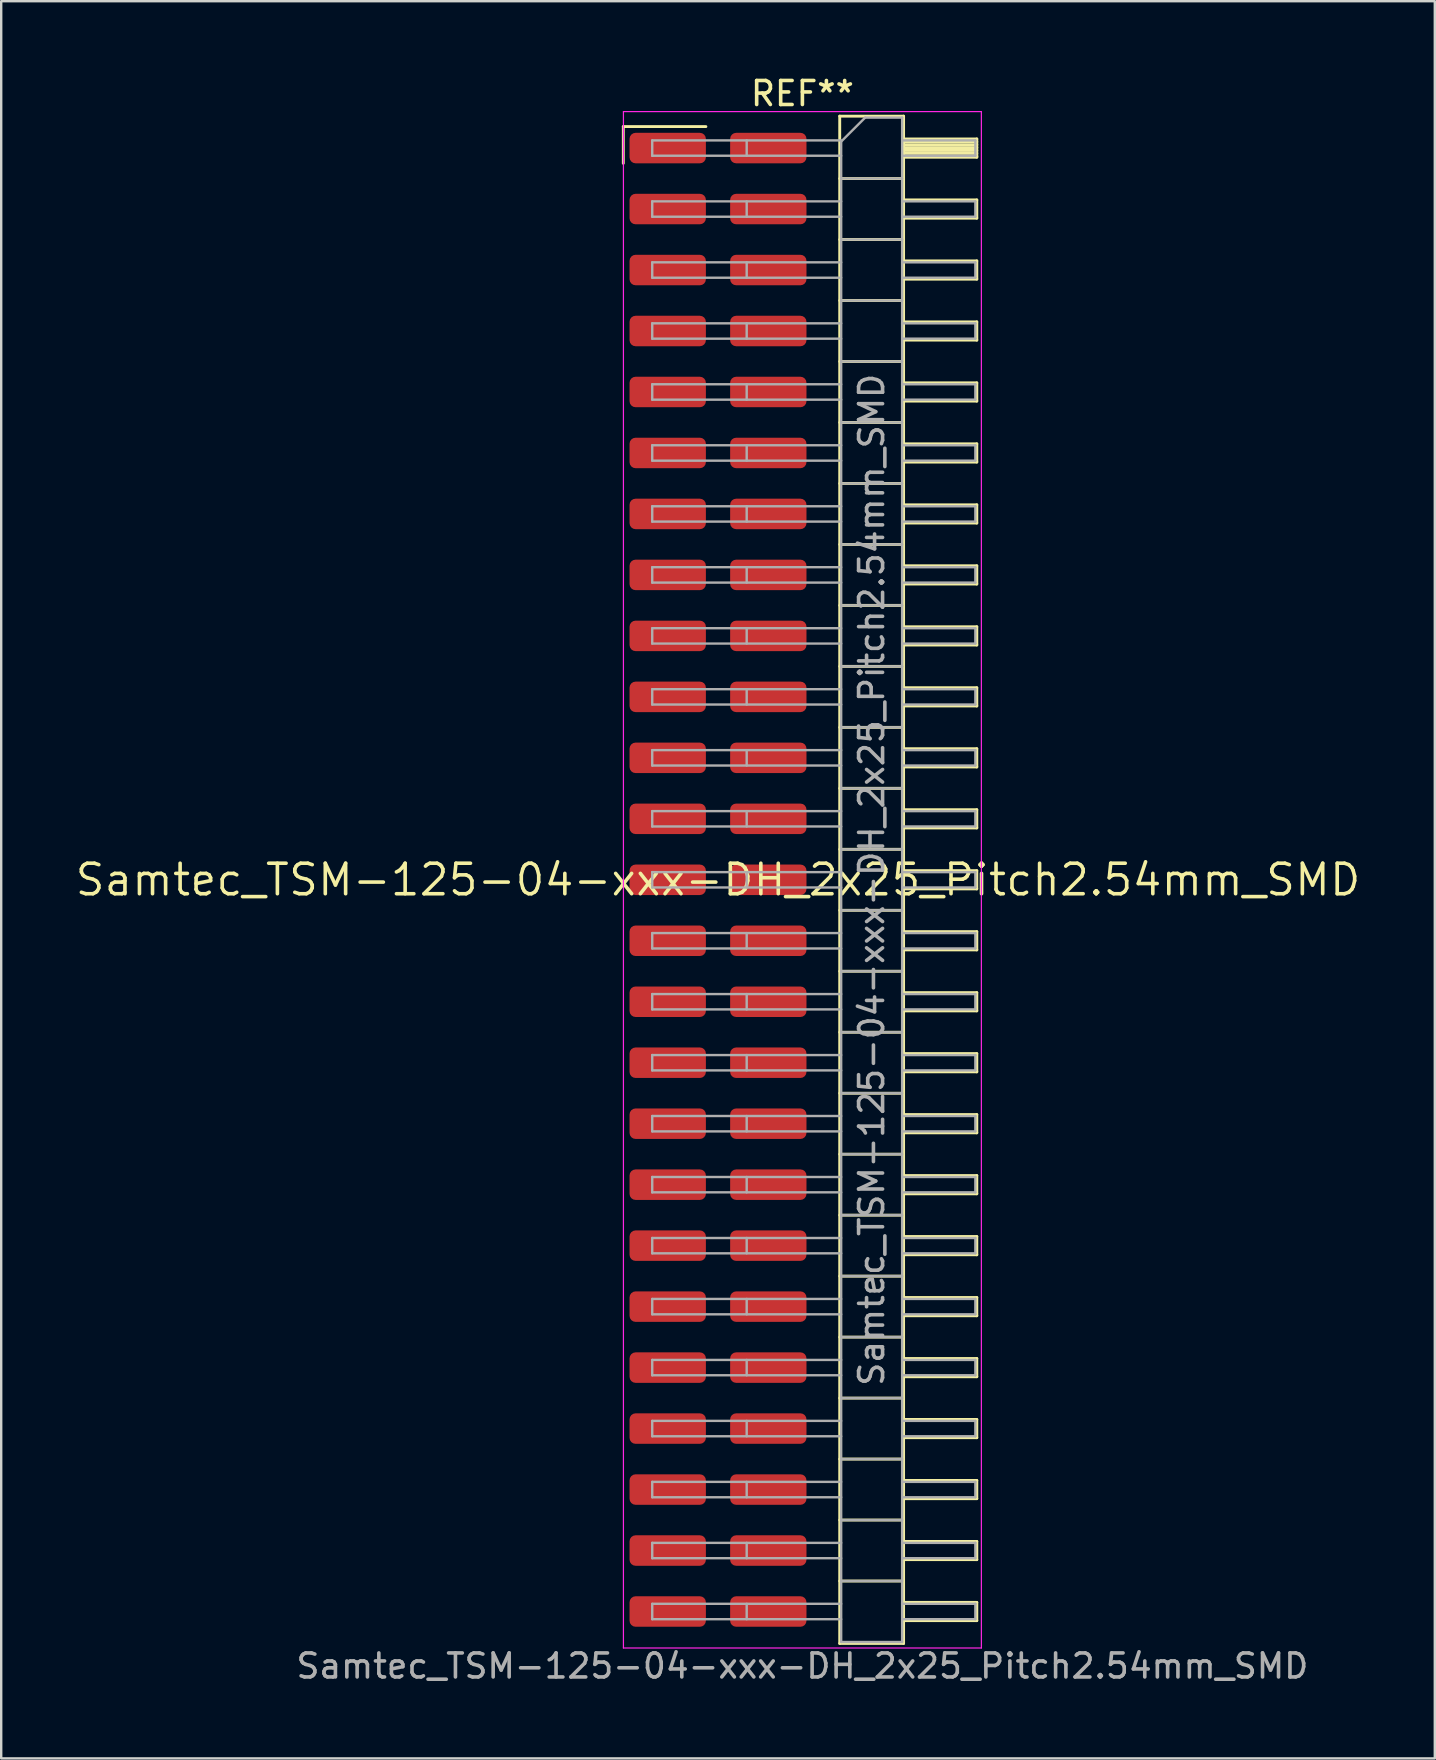
<source format=kicad_pcb>
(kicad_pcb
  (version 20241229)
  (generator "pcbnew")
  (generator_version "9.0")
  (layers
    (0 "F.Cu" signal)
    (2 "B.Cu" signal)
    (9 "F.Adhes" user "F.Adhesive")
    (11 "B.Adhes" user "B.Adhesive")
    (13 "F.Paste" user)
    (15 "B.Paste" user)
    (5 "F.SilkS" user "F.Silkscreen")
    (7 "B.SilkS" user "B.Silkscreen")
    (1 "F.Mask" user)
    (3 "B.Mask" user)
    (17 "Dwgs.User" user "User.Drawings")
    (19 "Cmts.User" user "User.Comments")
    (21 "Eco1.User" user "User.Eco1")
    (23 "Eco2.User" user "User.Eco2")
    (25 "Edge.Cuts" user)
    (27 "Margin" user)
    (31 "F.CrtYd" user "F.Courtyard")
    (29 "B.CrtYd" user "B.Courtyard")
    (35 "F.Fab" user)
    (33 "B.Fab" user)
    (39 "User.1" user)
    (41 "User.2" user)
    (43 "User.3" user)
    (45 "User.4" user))
  (footprint "Samtec_TSM-125-04-xxx-DH_2x25_Pitch2.54mm_SMD"
    (layer "F.Cu")
    (at 26.859 33.598)
    (property "Reference" "Samtec_TSM-125-04-xxx-DH_2x25_Pitch2.54mm_SMD" (at 0 0 0) (layer "F.SilkS") (effects (font (size 1.27 1.27) (thickness 0.15))))
    (attr smd)
    (fp_line (start -3.945 -31.375) (end -0.505 -31.375) (stroke (width 0.12) (type solid)) (layer "F.SilkS"))
    (fp_line (start -3.945 -29.845) (end -3.945 -31.375) (stroke (width 0.12) (type solid)) (layer "F.SilkS"))
    (fp_line (start 5.07 -31.81) (end 7.73 -31.81) (stroke (width 0.12) (type solid)) (layer "F.SilkS"))
    (fp_line (start 5.07 -29.21) (end 7.73 -29.21) (stroke (width 0.12) (type solid)) (layer "F.SilkS"))
    (fp_line (start 5.07 -26.67) (end 7.73 -26.67) (stroke (width 0.12) (type solid)) (layer "F.SilkS"))
    (fp_line (start 5.07 -24.13) (end 7.73 -24.13) (stroke (width 0.12) (type solid)) (layer "F.SilkS"))
    (fp_line (start 5.07 -21.59) (end 7.73 -21.59) (stroke (width 0.12) (type solid)) (layer "F.SilkS"))
    (fp_line (start 5.07 -19.05) (end 7.73 -19.05) (stroke (width 0.12) (type solid)) (layer "F.SilkS"))
    (fp_line (start 5.07 -16.51) (end 7.73 -16.51) (stroke (width 0.12) (type solid)) (layer "F.SilkS"))
    (fp_line (start 5.07 -13.97) (end 7.73 -13.97) (stroke (width 0.12) (type solid)) (layer "F.SilkS"))
    (fp_line (start 5.07 -11.43) (end 7.73 -11.43) (stroke (width 0.12) (type solid)) (layer "F.SilkS"))
    (fp_line (start 5.07 -8.89) (end 7.73 -8.89) (stroke (width 0.12) (type solid)) (layer "F.SilkS"))
    (fp_line (start 5.07 -6.35) (end 7.73 -6.35) (stroke (width 0.12) (type solid)) (layer "F.SilkS"))
    (fp_line (start 5.07 -3.81) (end 7.73 -3.81) (stroke (width 0.12) (type solid)) (layer "F.SilkS"))
    (fp_line (start 5.07 -1.27) (end 7.73 -1.27) (stroke (width 0.12) (type solid)) (layer "F.SilkS"))
    (fp_line (start 5.07 1.27) (end 7.73 1.27) (stroke (width 0.12) (type solid)) (layer "F.SilkS"))
    (fp_line (start 5.07 3.81) (end 7.73 3.81) (stroke (width 0.12) (type solid)) (layer "F.SilkS"))
    (fp_line (start 5.07 6.35) (end 7.73 6.35) (stroke (width 0.12) (type solid)) (layer "F.SilkS"))
    (fp_line (start 5.07 8.89) (end 7.73 8.89) (stroke (width 0.12) (type solid)) (layer "F.SilkS"))
    (fp_line (start 5.07 11.43) (end 7.73 11.43) (stroke (width 0.12) (type solid)) (layer "F.SilkS"))
    (fp_line (start 5.07 13.97) (end 7.73 13.97) (stroke (width 0.12) (type solid)) (layer "F.SilkS"))
    (fp_line (start 5.07 16.51) (end 7.73 16.51) (stroke (width 0.12) (type solid)) (layer "F.SilkS"))
    (fp_line (start 5.07 19.05) (end 7.73 19.05) (stroke (width 0.12) (type solid)) (layer "F.SilkS"))
    (fp_line (start 5.07 21.59) (end 7.73 21.59) (stroke (width 0.12) (type solid)) (layer "F.SilkS"))
    (fp_line (start 5.07 24.13) (end 7.73 24.13) (stroke (width 0.12) (type solid)) (layer "F.SilkS"))
    (fp_line (start 5.07 26.67) (end 7.73 26.67) (stroke (width 0.12) (type solid)) (layer "F.SilkS"))
    (fp_line (start 5.07 29.21) (end 7.73 29.21) (stroke (width 0.12) (type solid)) (layer "F.SilkS"))
    (fp_line (start 5.07 31.81) (end 5.07 -31.81) (stroke (width 0.12) (type solid)) (layer "F.SilkS"))
    (fp_line (start 7.73 -31.81) (end 7.73 31.81) (stroke (width 0.12) (type solid)) (layer "F.SilkS"))
    (fp_line (start 7.73 -30.86) (end 10.78 -30.86) (stroke (width 0.12) (type solid)) (layer "F.SilkS"))
    (fp_line (start 7.73 -30.74) (end 10.78 -30.74) (stroke (width 0.12) (type solid)) (layer "F.SilkS"))
    (fp_line (start 7.73 -30.62) (end 10.78 -30.62) (stroke (width 0.12) (type solid)) (layer "F.SilkS"))
    (fp_line (start 7.73 -30.5) (end 10.78 -30.5) (stroke (width 0.12) (type solid)) (layer "F.SilkS"))
    (fp_line (start 7.73 -30.38) (end 10.78 -30.38) (stroke (width 0.12) (type solid)) (layer "F.SilkS"))
    (fp_line (start 7.73 -30.26) (end 10.78 -30.26) (stroke (width 0.12) (type solid)) (layer "F.SilkS"))
    (fp_line (start 7.73 -30.14) (end 10.78 -30.14) (stroke (width 0.12) (type solid)) (layer "F.SilkS"))
    (fp_line (start 7.73 -30.1) (end 10.78 -30.1) (stroke (width 0.12) (type solid)) (layer "F.SilkS"))
    (fp_line (start 7.73 -28.32) (end 10.78 -28.32) (stroke (width 0.12) (type solid)) (layer "F.SilkS"))
    (fp_line (start 7.73 -27.56) (end 10.78 -27.56) (stroke (width 0.12) (type solid)) (layer "F.SilkS"))
    (fp_line (start 7.73 -25.78) (end 10.78 -25.78) (stroke (width 0.12) (type solid)) (layer "F.SilkS"))
    (fp_line (start 7.73 -25.02) (end 10.78 -25.02) (stroke (width 0.12) (type solid)) (layer "F.SilkS"))
    (fp_line (start 7.73 -23.24) (end 10.78 -23.24) (stroke (width 0.12) (type solid)) (layer "F.SilkS"))
    (fp_line (start 7.73 -22.48) (end 10.78 -22.48) (stroke (width 0.12) (type solid)) (layer "F.SilkS"))
    (fp_line (start 7.73 -20.7) (end 10.78 -20.7) (stroke (width 0.12) (type solid)) (layer "F.SilkS"))
    (fp_line (start 7.73 -19.94) (end 10.78 -19.94) (stroke (width 0.12) (type solid)) (layer "F.SilkS"))
    (fp_line (start 7.73 -18.16) (end 10.78 -18.16) (stroke (width 0.12) (type solid)) (layer "F.SilkS"))
    (fp_line (start 7.73 -17.4) (end 10.78 -17.4) (stroke (width 0.12) (type solid)) (layer "F.SilkS"))
    (fp_line (start 7.73 -15.62) (end 10.78 -15.62) (stroke (width 0.12) (type solid)) (layer "F.SilkS"))
    (fp_line (start 7.73 -14.86) (end 10.78 -14.86) (stroke (width 0.12) (type solid)) (layer "F.SilkS"))
    (fp_line (start 7.73 -13.08) (end 10.78 -13.08) (stroke (width 0.12) (type solid)) (layer "F.SilkS"))
    (fp_line (start 7.73 -12.32) (end 10.78 -12.32) (stroke (width 0.12) (type solid)) (layer "F.SilkS"))
    (fp_line (start 7.73 -10.54) (end 10.78 -10.54) (stroke (width 0.12) (type solid)) (layer "F.SilkS"))
    (fp_line (start 7.73 -9.78) (end 10.78 -9.78) (stroke (width 0.12) (type solid)) (layer "F.SilkS"))
    (fp_line (start 7.73 -8) (end 10.78 -8) (stroke (width 0.12) (type solid)) (layer "F.SilkS"))
    (fp_line (start 7.73 -7.24) (end 10.78 -7.24) (stroke (width 0.12) (type solid)) (layer "F.SilkS"))
    (fp_line (start 7.73 -5.46) (end 10.78 -5.46) (stroke (width 0.12) (type solid)) (layer "F.SilkS"))
    (fp_line (start 7.73 -4.7) (end 10.78 -4.7) (stroke (width 0.12) (type solid)) (layer "F.SilkS"))
    (fp_line (start 7.73 -2.92) (end 10.78 -2.92) (stroke (width 0.12) (type solid)) (layer "F.SilkS"))
    (fp_line (start 7.73 -2.16) (end 10.78 -2.16) (stroke (width 0.12) (type solid)) (layer "F.SilkS"))
    (fp_line (start 7.73 -0.38) (end 10.78 -0.38) (stroke (width 0.12) (type solid)) (layer "F.SilkS"))
    (fp_line (start 7.73 0.38) (end 10.78 0.38) (stroke (width 0.12) (type solid)) (layer "F.SilkS"))
    (fp_line (start 7.73 2.16) (end 10.78 2.16) (stroke (width 0.12) (type solid)) (layer "F.SilkS"))
    (fp_line (start 7.73 2.92) (end 10.78 2.92) (stroke (width 0.12) (type solid)) (layer "F.SilkS"))
    (fp_line (start 7.73 4.7) (end 10.78 4.7) (stroke (width 0.12) (type solid)) (layer "F.SilkS"))
    (fp_line (start 7.73 5.46) (end 10.78 5.46) (stroke (width 0.12) (type solid)) (layer "F.SilkS"))
    (fp_line (start 7.73 7.24) (end 10.78 7.24) (stroke (width 0.12) (type solid)) (layer "F.SilkS"))
    (fp_line (start 7.73 8) (end 10.78 8) (stroke (width 0.12) (type solid)) (layer "F.SilkS"))
    (fp_line (start 7.73 9.78) (end 10.78 9.78) (stroke (width 0.12) (type solid)) (layer "F.SilkS"))
    (fp_line (start 7.73 10.54) (end 10.78 10.54) (stroke (width 0.12) (type solid)) (layer "F.SilkS"))
    (fp_line (start 7.73 12.32) (end 10.78 12.32) (stroke (width 0.12) (type solid)) (layer "F.SilkS"))
    (fp_line (start 7.73 13.08) (end 10.78 13.08) (stroke (width 0.12) (type solid)) (layer "F.SilkS"))
    (fp_line (start 7.73 14.86) (end 10.78 14.86) (stroke (width 0.12) (type solid)) (layer "F.SilkS"))
    (fp_line (start 7.73 15.62) (end 10.78 15.62) (stroke (width 0.12) (type solid)) (layer "F.SilkS"))
    (fp_line (start 7.73 17.4) (end 10.78 17.4) (stroke (width 0.12) (type solid)) (layer "F.SilkS"))
    (fp_line (start 7.73 18.16) (end 10.78 18.16) (stroke (width 0.12) (type solid)) (layer "F.SilkS"))
    (fp_line (start 7.73 19.94) (end 10.78 19.94) (stroke (width 0.12) (type solid)) (layer "F.SilkS"))
    (fp_line (start 7.73 20.7) (end 10.78 20.7) (stroke (width 0.12) (type solid)) (layer "F.SilkS"))
    (fp_line (start 7.73 22.48) (end 10.78 22.48) (stroke (width 0.12) (type solid)) (layer "F.SilkS"))
    (fp_line (start 7.73 23.24) (end 10.78 23.24) (stroke (width 0.12) (type solid)) (layer "F.SilkS"))
    (fp_line (start 7.73 25.02) (end 10.78 25.02) (stroke (width 0.12) (type solid)) (layer "F.SilkS"))
    (fp_line (start 7.73 25.78) (end 10.78 25.78) (stroke (width 0.12) (type solid)) (layer "F.SilkS"))
    (fp_line (start 7.73 27.56) (end 10.78 27.56) (stroke (width 0.12) (type solid)) (layer "F.SilkS"))
    (fp_line (start 7.73 28.32) (end 10.78 28.32) (stroke (width 0.12) (type solid)) (layer "F.SilkS"))
    (fp_line (start 7.73 30.1) (end 10.78 30.1) (stroke (width 0.12) (type solid)) (layer "F.SilkS"))
    (fp_line (start 7.73 30.86) (end 10.78 30.86) (stroke (width 0.12) (type solid)) (layer "F.SilkS"))
    (fp_line (start 7.73 31.81) (end 5.07 31.81) (stroke (width 0.12) (type solid)) (layer "F.SilkS"))
    (fp_line (start 10.78 -30.86) (end 10.78 -30.1) (stroke (width 0.12) (type solid)) (layer "F.SilkS"))
    (fp_line (start 10.78 -28.32) (end 10.78 -27.56) (stroke (width 0.12) (type solid)) (layer "F.SilkS"))
    (fp_line (start 10.78 -25.78) (end 10.78 -25.02) (stroke (width 0.12) (type solid)) (layer "F.SilkS"))
    (fp_line (start 10.78 -23.24) (end 10.78 -22.48) (stroke (width 0.12) (type solid)) (layer "F.SilkS"))
    (fp_line (start 10.78 -20.7) (end 10.78 -19.94) (stroke (width 0.12) (type solid)) (layer "F.SilkS"))
    (fp_line (start 10.78 -18.16) (end 10.78 -17.4) (stroke (width 0.12) (type solid)) (layer "F.SilkS"))
    (fp_line (start 10.78 -15.62) (end 10.78 -14.86) (stroke (width 0.12) (type solid)) (layer "F.SilkS"))
    (fp_line (start 10.78 -13.08) (end 10.78 -12.32) (stroke (width 0.12) (type solid)) (layer "F.SilkS"))
    (fp_line (start 10.78 -10.54) (end 10.78 -9.78) (stroke (width 0.12) (type solid)) (layer "F.SilkS"))
    (fp_line (start 10.78 -8) (end 10.78 -7.24) (stroke (width 0.12) (type solid)) (layer "F.SilkS"))
    (fp_line (start 10.78 -5.46) (end 10.78 -4.7) (stroke (width 0.12) (type solid)) (layer "F.SilkS"))
    (fp_line (start 10.78 -2.92) (end 10.78 -2.16) (stroke (width 0.12) (type solid)) (layer "F.SilkS"))
    (fp_line (start 10.78 -0.38) (end 10.78 0.38) (stroke (width 0.12) (type solid)) (layer "F.SilkS"))
    (fp_line (start 10.78 2.16) (end 10.78 2.92) (stroke (width 0.12) (type solid)) (layer "F.SilkS"))
    (fp_line (start 10.78 4.7) (end 10.78 5.46) (stroke (width 0.12) (type solid)) (layer "F.SilkS"))
    (fp_line (start 10.78 7.24) (end 10.78 8) (stroke (width 0.12) (type solid)) (layer "F.SilkS"))
    (fp_line (start 10.78 9.78) (end 10.78 10.54) (stroke (width 0.12) (type solid)) (layer "F.SilkS"))
    (fp_line (start 10.78 12.32) (end 10.78 13.08) (stroke (width 0.12) (type solid)) (layer "F.SilkS"))
    (fp_line (start 10.78 14.86) (end 10.78 15.62) (stroke (width 0.12) (type solid)) (layer "F.SilkS"))
    (fp_line (start 10.78 17.4) (end 10.78 18.16) (stroke (width 0.12) (type solid)) (layer "F.SilkS"))
    (fp_line (start 10.78 19.94) (end 10.78 20.7) (stroke (width 0.12) (type solid)) (layer "F.SilkS"))
    (fp_line (start 10.78 22.48) (end 10.78 23.24) (stroke (width 0.12) (type solid)) (layer "F.SilkS"))
    (fp_line (start 10.78 25.02) (end 10.78 25.78) (stroke (width 0.12) (type solid)) (layer "F.SilkS"))
    (fp_line (start 10.78 27.56) (end 10.78 28.32) (stroke (width 0.12) (type solid)) (layer "F.SilkS"))
    (fp_line (start 10.78 30.1) (end 10.78 30.86) (stroke (width 0.12) (type solid)) (layer "F.SilkS"))
    (fp_line (start -3.94 -32) (end 10.97 -32) (stroke (width 0.05) (type solid)) (layer "F.CrtYd"))
    (fp_line (start -3.94 32) (end -3.94 -32) (stroke (width 0.05) (type solid)) (layer "F.CrtYd"))
    (fp_line (start 10.97 -32) (end 10.97 32) (stroke (width 0.05) (type solid)) (layer "F.CrtYd"))
    (fp_line (start 10.97 32) (end -3.94 32) (stroke (width 0.05) (type solid)) (layer "F.CrtYd"))
    (fp_line (start -2.74 -30.8) (end -2.74 -30.16) (stroke (width 0.1) (type solid)) (layer "F.Fab"))
    (fp_line (start -2.74 -30.8) (end 5.13 -30.8) (stroke (width 0.1) (type solid)) (layer "F.Fab"))
    (fp_line (start -2.74 -30.16) (end 5.13 -30.16) (stroke (width 0.1) (type solid)) (layer "F.Fab"))
    (fp_line (start -2.74 -28.26) (end -2.74 -27.62) (stroke (width 0.1) (type solid)) (layer "F.Fab"))
    (fp_line (start -2.74 -28.26) (end 5.13 -28.26) (stroke (width 0.1) (type solid)) (layer "F.Fab"))
    (fp_line (start -2.74 -27.62) (end 5.13 -27.62) (stroke (width 0.1) (type solid)) (layer "F.Fab"))
    (fp_line (start -2.74 -25.72) (end -2.74 -25.08) (stroke (width 0.1) (type solid)) (layer "F.Fab"))
    (fp_line (start -2.74 -25.72) (end 5.13 -25.72) (stroke (width 0.1) (type solid)) (layer "F.Fab"))
    (fp_line (start -2.74 -25.08) (end 5.13 -25.08) (stroke (width 0.1) (type solid)) (layer "F.Fab"))
    (fp_line (start -2.74 -23.18) (end -2.74 -22.54) (stroke (width 0.1) (type solid)) (layer "F.Fab"))
    (fp_line (start -2.74 -23.18) (end 5.13 -23.18) (stroke (width 0.1) (type solid)) (layer "F.Fab"))
    (fp_line (start -2.74 -22.54) (end 5.13 -22.54) (stroke (width 0.1) (type solid)) (layer "F.Fab"))
    (fp_line (start -2.74 -20.64) (end -2.74 -20) (stroke (width 0.1) (type solid)) (layer "F.Fab"))
    (fp_line (start -2.74 -20.64) (end 5.13 -20.64) (stroke (width 0.1) (type solid)) (layer "F.Fab"))
    (fp_line (start -2.74 -20) (end 5.13 -20) (stroke (width 0.1) (type solid)) (layer "F.Fab"))
    (fp_line (start -2.74 -18.1) (end -2.74 -17.46) (stroke (width 0.1) (type solid)) (layer "F.Fab"))
    (fp_line (start -2.74 -18.1) (end 5.13 -18.1) (stroke (width 0.1) (type solid)) (layer "F.Fab"))
    (fp_line (start -2.74 -17.46) (end 5.13 -17.46) (stroke (width 0.1) (type solid)) (layer "F.Fab"))
    (fp_line (start -2.74 -15.56) (end -2.74 -14.92) (stroke (width 0.1) (type solid)) (layer "F.Fab"))
    (fp_line (start -2.74 -15.56) (end 5.13 -15.56) (stroke (width 0.1) (type solid)) (layer "F.Fab"))
    (fp_line (start -2.74 -14.92) (end 5.13 -14.92) (stroke (width 0.1) (type solid)) (layer "F.Fab"))
    (fp_line (start -2.74 -13.02) (end -2.74 -12.38) (stroke (width 0.1) (type solid)) (layer "F.Fab"))
    (fp_line (start -2.74 -13.02) (end 5.13 -13.02) (stroke (width 0.1) (type solid)) (layer "F.Fab"))
    (fp_line (start -2.74 -12.38) (end 5.13 -12.38) (stroke (width 0.1) (type solid)) (layer "F.Fab"))
    (fp_line (start -2.74 -10.48) (end -2.74 -9.84) (stroke (width 0.1) (type solid)) (layer "F.Fab"))
    (fp_line (start -2.74 -10.48) (end 5.13 -10.48) (stroke (width 0.1) (type solid)) (layer "F.Fab"))
    (fp_line (start -2.74 -9.84) (end 5.13 -9.84) (stroke (width 0.1) (type solid)) (layer "F.Fab"))
    (fp_line (start -2.74 -7.94) (end -2.74 -7.3) (stroke (width 0.1) (type solid)) (layer "F.Fab"))
    (fp_line (start -2.74 -7.94) (end 5.13 -7.94) (stroke (width 0.1) (type solid)) (layer "F.Fab"))
    (fp_line (start -2.74 -7.3) (end 5.13 -7.3) (stroke (width 0.1) (type solid)) (layer "F.Fab"))
    (fp_line (start -2.74 -5.4) (end -2.74 -4.76) (stroke (width 0.1) (type solid)) (layer "F.Fab"))
    (fp_line (start -2.74 -5.4) (end 5.13 -5.4) (stroke (width 0.1) (type solid)) (layer "F.Fab"))
    (fp_line (start -2.74 -4.76) (end 5.13 -4.76) (stroke (width 0.1) (type solid)) (layer "F.Fab"))
    (fp_line (start -2.74 -2.86) (end -2.74 -2.22) (stroke (width 0.1) (type solid)) (layer "F.Fab"))
    (fp_line (start -2.74 -2.86) (end 5.13 -2.86) (stroke (width 0.1) (type solid)) (layer "F.Fab"))
    (fp_line (start -2.74 -2.22) (end 5.13 -2.22) (stroke (width 0.1) (type solid)) (layer "F.Fab"))
    (fp_line (start -2.74 -0.32) (end -2.74 0.32) (stroke (width 0.1) (type solid)) (layer "F.Fab"))
    (fp_line (start -2.74 -0.32) (end 5.13 -0.32) (stroke (width 0.1) (type solid)) (layer "F.Fab"))
    (fp_line (start -2.74 0.32) (end 5.13 0.32) (stroke (width 0.1) (type solid)) (layer "F.Fab"))
    (fp_line (start -2.74 2.22) (end -2.74 2.86) (stroke (width 0.1) (type solid)) (layer "F.Fab"))
    (fp_line (start -2.74 2.22) (end 5.13 2.22) (stroke (width 0.1) (type solid)) (layer "F.Fab"))
    (fp_line (start -2.74 2.86) (end 5.13 2.86) (stroke (width 0.1) (type solid)) (layer "F.Fab"))
    (fp_line (start -2.74 4.76) (end -2.74 5.4) (stroke (width 0.1) (type solid)) (layer "F.Fab"))
    (fp_line (start -2.74 4.76) (end 5.13 4.76) (stroke (width 0.1) (type solid)) (layer "F.Fab"))
    (fp_line (start -2.74 5.4) (end 5.13 5.4) (stroke (width 0.1) (type solid)) (layer "F.Fab"))
    (fp_line (start -2.74 7.3) (end -2.74 7.94) (stroke (width 0.1) (type solid)) (layer "F.Fab"))
    (fp_line (start -2.74 7.3) (end 5.13 7.3) (stroke (width 0.1) (type solid)) (layer "F.Fab"))
    (fp_line (start -2.74 7.94) (end 5.13 7.94) (stroke (width 0.1) (type solid)) (layer "F.Fab"))
    (fp_line (start -2.74 9.84) (end -2.74 10.48) (stroke (width 0.1) (type solid)) (layer "F.Fab"))
    (fp_line (start -2.74 9.84) (end 5.13 9.84) (stroke (width 0.1) (type solid)) (layer "F.Fab"))
    (fp_line (start -2.74 10.48) (end 5.13 10.48) (stroke (width 0.1) (type solid)) (layer "F.Fab"))
    (fp_line (start -2.74 12.38) (end -2.74 13.02) (stroke (width 0.1) (type solid)) (layer "F.Fab"))
    (fp_line (start -2.74 12.38) (end 5.13 12.38) (stroke (width 0.1) (type solid)) (layer "F.Fab"))
    (fp_line (start -2.74 13.02) (end 5.13 13.02) (stroke (width 0.1) (type solid)) (layer "F.Fab"))
    (fp_line (start -2.74 14.92) (end -2.74 15.56) (stroke (width 0.1) (type solid)) (layer "F.Fab"))
    (fp_line (start -2.74 14.92) (end 5.13 14.92) (stroke (width 0.1) (type solid)) (layer "F.Fab"))
    (fp_line (start -2.74 15.56) (end 5.13 15.56) (stroke (width 0.1) (type solid)) (layer "F.Fab"))
    (fp_line (start -2.74 17.46) (end -2.74 18.1) (stroke (width 0.1) (type solid)) (layer "F.Fab"))
    (fp_line (start -2.74 17.46) (end 5.13 17.46) (stroke (width 0.1) (type solid)) (layer "F.Fab"))
    (fp_line (start -2.74 18.1) (end 5.13 18.1) (stroke (width 0.1) (type solid)) (layer "F.Fab"))
    (fp_line (start -2.74 20) (end -2.74 20.64) (stroke (width 0.1) (type solid)) (layer "F.Fab"))
    (fp_line (start -2.74 20) (end 5.13 20) (stroke (width 0.1) (type solid)) (layer "F.Fab"))
    (fp_line (start -2.74 20.64) (end 5.13 20.64) (stroke (width 0.1) (type solid)) (layer "F.Fab"))
    (fp_line (start -2.74 22.54) (end -2.74 23.18) (stroke (width 0.1) (type solid)) (layer "F.Fab"))
    (fp_line (start -2.74 22.54) (end 5.13 22.54) (stroke (width 0.1) (type solid)) (layer "F.Fab"))
    (fp_line (start -2.74 23.18) (end 5.13 23.18) (stroke (width 0.1) (type solid)) (layer "F.Fab"))
    (fp_line (start -2.74 25.08) (end -2.74 25.72) (stroke (width 0.1) (type solid)) (layer "F.Fab"))
    (fp_line (start -2.74 25.08) (end 5.13 25.08) (stroke (width 0.1) (type solid)) (layer "F.Fab"))
    (fp_line (start -2.74 25.72) (end 5.13 25.72) (stroke (width 0.1) (type solid)) (layer "F.Fab"))
    (fp_line (start -2.74 27.62) (end -2.74 28.26) (stroke (width 0.1) (type solid)) (layer "F.Fab"))
    (fp_line (start -2.74 27.62) (end 5.13 27.62) (stroke (width 0.1) (type solid)) (layer "F.Fab"))
    (fp_line (start -2.74 28.26) (end 5.13 28.26) (stroke (width 0.1) (type solid)) (layer "F.Fab"))
    (fp_line (start -2.74 30.16) (end -2.74 30.8) (stroke (width 0.1) (type solid)) (layer "F.Fab"))
    (fp_line (start -2.74 30.16) (end 5.13 30.16) (stroke (width 0.1) (type solid)) (layer "F.Fab"))
    (fp_line (start -2.74 30.8) (end 5.13 30.8) (stroke (width 0.1) (type solid)) (layer "F.Fab"))
    (fp_line (start 1.195 -30.8) (end 1.195 -30.16) (stroke (width 0.1) (type solid)) (layer "F.Fab"))
    (fp_line (start 1.195 -28.26) (end 1.195 -27.62) (stroke (width 0.1) (type solid)) (layer "F.Fab"))
    (fp_line (start 1.195 -25.72) (end 1.195 -25.08) (stroke (width 0.1) (type solid)) (layer "F.Fab"))
    (fp_line (start 1.195 -23.18) (end 1.195 -22.54) (stroke (width 0.1) (type solid)) (layer "F.Fab"))
    (fp_line (start 1.195 -20.64) (end 1.195 -20) (stroke (width 0.1) (type solid)) (layer "F.Fab"))
    (fp_line (start 1.195 -18.1) (end 1.195 -17.46) (stroke (width 0.1) (type solid)) (layer "F.Fab"))
    (fp_line (start 1.195 -15.56) (end 1.195 -14.92) (stroke (width 0.1) (type solid)) (layer "F.Fab"))
    (fp_line (start 1.195 -13.02) (end 1.195 -12.38) (stroke (width 0.1) (type solid)) (layer "F.Fab"))
    (fp_line (start 1.195 -10.48) (end 1.195 -9.84) (stroke (width 0.1) (type solid)) (layer "F.Fab"))
    (fp_line (start 1.195 -7.94) (end 1.195 -7.3) (stroke (width 0.1) (type solid)) (layer "F.Fab"))
    (fp_line (start 1.195 -5.4) (end 1.195 -4.76) (stroke (width 0.1) (type solid)) (layer "F.Fab"))
    (fp_line (start 1.195 -2.86) (end 1.195 -2.22) (stroke (width 0.1) (type solid)) (layer "F.Fab"))
    (fp_line (start 1.195 -0.32) (end 1.195 0.32) (stroke (width 0.1) (type solid)) (layer "F.Fab"))
    (fp_line (start 1.195 2.22) (end 1.195 2.86) (stroke (width 0.1) (type solid)) (layer "F.Fab"))
    (fp_line (start 1.195 4.76) (end 1.195 5.4) (stroke (width 0.1) (type solid)) (layer "F.Fab"))
    (fp_line (start 1.195 7.3) (end 1.195 7.94) (stroke (width 0.1) (type solid)) (layer "F.Fab"))
    (fp_line (start 1.195 9.84) (end 1.195 10.48) (stroke (width 0.1) (type solid)) (layer "F.Fab"))
    (fp_line (start 1.195 12.38) (end 1.195 13.02) (stroke (width 0.1) (type solid)) (layer "F.Fab"))
    (fp_line (start 1.195 14.92) (end 1.195 15.56) (stroke (width 0.1) (type solid)) (layer "F.Fab"))
    (fp_line (start 1.195 17.46) (end 1.195 18.1) (stroke (width 0.1) (type solid)) (layer "F.Fab"))
    (fp_line (start 1.195 20) (end 1.195 20.64) (stroke (width 0.1) (type solid)) (layer "F.Fab"))
    (fp_line (start 1.195 22.54) (end 1.195 23.18) (stroke (width 0.1) (type solid)) (layer "F.Fab"))
    (fp_line (start 1.195 25.08) (end 1.195 25.72) (stroke (width 0.1) (type solid)) (layer "F.Fab"))
    (fp_line (start 1.195 27.62) (end 1.195 28.26) (stroke (width 0.1) (type solid)) (layer "F.Fab"))
    (fp_line (start 1.195 30.16) (end 1.195 30.8) (stroke (width 0.1) (type solid)) (layer "F.Fab"))
    (fp_line (start 5.13 -30.75) (end 6.13 -31.75) (stroke (width 0.1) (type solid)) (layer "F.Fab"))
    (fp_line (start 5.13 -29.21) (end 7.67 -29.21) (stroke (width 0.1) (type solid)) (layer "F.Fab"))
    (fp_line (start 5.13 -26.67) (end 7.67 -26.67) (stroke (width 0.1) (type solid)) (layer "F.Fab"))
    (fp_line (start 5.13 -24.13) (end 7.67 -24.13) (stroke (width 0.1) (type solid)) (layer "F.Fab"))
    (fp_line (start 5.13 -21.59) (end 7.67 -21.59) (stroke (width 0.1) (type solid)) (layer "F.Fab"))
    (fp_line (start 5.13 -19.05) (end 7.67 -19.05) (stroke (width 0.1) (type solid)) (layer "F.Fab"))
    (fp_line (start 5.13 -16.51) (end 7.67 -16.51) (stroke (width 0.1) (type solid)) (layer "F.Fab"))
    (fp_line (start 5.13 -13.97) (end 7.67 -13.97) (stroke (width 0.1) (type solid)) (layer "F.Fab"))
    (fp_line (start 5.13 -11.43) (end 7.67 -11.43) (stroke (width 0.1) (type solid)) (layer "F.Fab"))
    (fp_line (start 5.13 -8.89) (end 7.67 -8.89) (stroke (width 0.1) (type solid)) (layer "F.Fab"))
    (fp_line (start 5.13 -6.35) (end 7.67 -6.35) (stroke (width 0.1) (type solid)) (layer "F.Fab"))
    (fp_line (start 5.13 -3.81) (end 7.67 -3.81) (stroke (width 0.1) (type solid)) (layer "F.Fab"))
    (fp_line (start 5.13 -1.27) (end 7.67 -1.27) (stroke (width 0.1) (type solid)) (layer "F.Fab"))
    (fp_line (start 5.13 1.27) (end 7.67 1.27) (stroke (width 0.1) (type solid)) (layer "F.Fab"))
    (fp_line (start 5.13 3.81) (end 7.67 3.81) (stroke (width 0.1) (type solid)) (layer "F.Fab"))
    (fp_line (start 5.13 6.35) (end 7.67 6.35) (stroke (width 0.1) (type solid)) (layer "F.Fab"))
    (fp_line (start 5.13 8.89) (end 7.67 8.89) (stroke (width 0.1) (type solid)) (layer "F.Fab"))
    (fp_line (start 5.13 11.43) (end 7.67 11.43) (stroke (width 0.1) (type solid)) (layer "F.Fab"))
    (fp_line (start 5.13 13.97) (end 7.67 13.97) (stroke (width 0.1) (type solid)) (layer "F.Fab"))
    (fp_line (start 5.13 16.51) (end 7.67 16.51) (stroke (width 0.1) (type solid)) (layer "F.Fab"))
    (fp_line (start 5.13 19.05) (end 7.67 19.05) (stroke (width 0.1) (type solid)) (layer "F.Fab"))
    (fp_line (start 5.13 21.59) (end 7.67 21.59) (stroke (width 0.1) (type solid)) (layer "F.Fab"))
    (fp_line (start 5.13 24.13) (end 7.67 24.13) (stroke (width 0.1) (type solid)) (layer "F.Fab"))
    (fp_line (start 5.13 26.67) (end 7.67 26.67) (stroke (width 0.1) (type solid)) (layer "F.Fab"))
    (fp_line (start 5.13 29.21) (end 7.67 29.21) (stroke (width 0.1) (type solid)) (layer "F.Fab"))
    (fp_line (start 5.13 31.75) (end 5.13 -30.75) (stroke (width 0.1) (type solid)) (layer "F.Fab"))
    (fp_line (start 6.13 -31.75) (end 7.67 -31.75) (stroke (width 0.1) (type solid)) (layer "F.Fab"))
    (fp_line (start 7.67 -31.75) (end 7.67 31.75) (stroke (width 0.1) (type solid)) (layer "F.Fab"))
    (fp_line (start 7.67 -30.8) (end 10.72 -30.8) (stroke (width 0.1) (type solid)) (layer "F.Fab"))
    (fp_line (start 7.67 -30.16) (end 10.72 -30.16) (stroke (width 0.1) (type solid)) (layer "F.Fab"))
    (fp_line (start 7.67 -28.26) (end 10.72 -28.26) (stroke (width 0.1) (type solid)) (layer "F.Fab"))
    (fp_line (start 7.67 -27.62) (end 10.72 -27.62) (stroke (width 0.1) (type solid)) (layer "F.Fab"))
    (fp_line (start 7.67 -25.72) (end 10.72 -25.72) (stroke (width 0.1) (type solid)) (layer "F.Fab"))
    (fp_line (start 7.67 -25.08) (end 10.72 -25.08) (stroke (width 0.1) (type solid)) (layer "F.Fab"))
    (fp_line (start 7.67 -23.18) (end 10.72 -23.18) (stroke (width 0.1) (type solid)) (layer "F.Fab"))
    (fp_line (start 7.67 -22.54) (end 10.72 -22.54) (stroke (width 0.1) (type solid)) (layer "F.Fab"))
    (fp_line (start 7.67 -20.64) (end 10.72 -20.64) (stroke (width 0.1) (type solid)) (layer "F.Fab"))
    (fp_line (start 7.67 -20) (end 10.72 -20) (stroke (width 0.1) (type solid)) (layer "F.Fab"))
    (fp_line (start 7.67 -18.1) (end 10.72 -18.1) (stroke (width 0.1) (type solid)) (layer "F.Fab"))
    (fp_line (start 7.67 -17.46) (end 10.72 -17.46) (stroke (width 0.1) (type solid)) (layer "F.Fab"))
    (fp_line (start 7.67 -15.56) (end 10.72 -15.56) (stroke (width 0.1) (type solid)) (layer "F.Fab"))
    (fp_line (start 7.67 -14.92) (end 10.72 -14.92) (stroke (width 0.1) (type solid)) (layer "F.Fab"))
    (fp_line (start 7.67 -13.02) (end 10.72 -13.02) (stroke (width 0.1) (type solid)) (layer "F.Fab"))
    (fp_line (start 7.67 -12.38) (end 10.72 -12.38) (stroke (width 0.1) (type solid)) (layer "F.Fab"))
    (fp_line (start 7.67 -10.48) (end 10.72 -10.48) (stroke (width 0.1) (type solid)) (layer "F.Fab"))
    (fp_line (start 7.67 -9.84) (end 10.72 -9.84) (stroke (width 0.1) (type solid)) (layer "F.Fab"))
    (fp_line (start 7.67 -7.94) (end 10.72 -7.94) (stroke (width 0.1) (type solid)) (layer "F.Fab"))
    (fp_line (start 7.67 -7.3) (end 10.72 -7.3) (stroke (width 0.1) (type solid)) (layer "F.Fab"))
    (fp_line (start 7.67 -5.4) (end 10.72 -5.4) (stroke (width 0.1) (type solid)) (layer "F.Fab"))
    (fp_line (start 7.67 -4.76) (end 10.72 -4.76) (stroke (width 0.1) (type solid)) (layer "F.Fab"))
    (fp_line (start 7.67 -2.86) (end 10.72 -2.86) (stroke (width 0.1) (type solid)) (layer "F.Fab"))
    (fp_line (start 7.67 -2.22) (end 10.72 -2.22) (stroke (width 0.1) (type solid)) (layer "F.Fab"))
    (fp_line (start 7.67 -0.32) (end 10.72 -0.32) (stroke (width 0.1) (type solid)) (layer "F.Fab"))
    (fp_line (start 7.67 0.32) (end 10.72 0.32) (stroke (width 0.1) (type solid)) (layer "F.Fab"))
    (fp_line (start 7.67 2.22) (end 10.72 2.22) (stroke (width 0.1) (type solid)) (layer "F.Fab"))
    (fp_line (start 7.67 2.86) (end 10.72 2.86) (stroke (width 0.1) (type solid)) (layer "F.Fab"))
    (fp_line (start 7.67 4.76) (end 10.72 4.76) (stroke (width 0.1) (type solid)) (layer "F.Fab"))
    (fp_line (start 7.67 5.4) (end 10.72 5.4) (stroke (width 0.1) (type solid)) (layer "F.Fab"))
    (fp_line (start 7.67 7.3) (end 10.72 7.3) (stroke (width 0.1) (type solid)) (layer "F.Fab"))
    (fp_line (start 7.67 7.94) (end 10.72 7.94) (stroke (width 0.1) (type solid)) (layer "F.Fab"))
    (fp_line (start 7.67 9.84) (end 10.72 9.84) (stroke (width 0.1) (type solid)) (layer "F.Fab"))
    (fp_line (start 7.67 10.48) (end 10.72 10.48) (stroke (width 0.1) (type solid)) (layer "F.Fab"))
    (fp_line (start 7.67 12.38) (end 10.72 12.38) (stroke (width 0.1) (type solid)) (layer "F.Fab"))
    (fp_line (start 7.67 13.02) (end 10.72 13.02) (stroke (width 0.1) (type solid)) (layer "F.Fab"))
    (fp_line (start 7.67 14.92) (end 10.72 14.92) (stroke (width 0.1) (type solid)) (layer "F.Fab"))
    (fp_line (start 7.67 15.56) (end 10.72 15.56) (stroke (width 0.1) (type solid)) (layer "F.Fab"))
    (fp_line (start 7.67 17.46) (end 10.72 17.46) (stroke (width 0.1) (type solid)) (layer "F.Fab"))
    (fp_line (start 7.67 18.1) (end 10.72 18.1) (stroke (width 0.1) (type solid)) (layer "F.Fab"))
    (fp_line (start 7.67 20) (end 10.72 20) (stroke (width 0.1) (type solid)) (layer "F.Fab"))
    (fp_line (start 7.67 20.64) (end 10.72 20.64) (stroke (width 0.1) (type solid)) (layer "F.Fab"))
    (fp_line (start 7.67 22.54) (end 10.72 22.54) (stroke (width 0.1) (type solid)) (layer "F.Fab"))
    (fp_line (start 7.67 23.18) (end 10.72 23.18) (stroke (width 0.1) (type solid)) (layer "F.Fab"))
    (fp_line (start 7.67 25.08) (end 10.72 25.08) (stroke (width 0.1) (type solid)) (layer "F.Fab"))
    (fp_line (start 7.67 25.72) (end 10.72 25.72) (stroke (width 0.1) (type solid)) (layer "F.Fab"))
    (fp_line (start 7.67 27.62) (end 10.72 27.62) (stroke (width 0.1) (type solid)) (layer "F.Fab"))
    (fp_line (start 7.67 28.26) (end 10.72 28.26) (stroke (width 0.1) (type solid)) (layer "F.Fab"))
    (fp_line (start 7.67 30.16) (end 10.72 30.16) (stroke (width 0.1) (type solid)) (layer "F.Fab"))
    (fp_line (start 7.67 30.8) (end 10.72 30.8) (stroke (width 0.1) (type solid)) (layer "F.Fab"))
    (fp_line (start 7.67 31.75) (end 5.13 31.75) (stroke (width 0.1) (type solid)) (layer "F.Fab"))
    (fp_line (start 10.72 -30.8) (end 10.72 -30.16) (stroke (width 0.1) (type solid)) (layer "F.Fab"))
    (fp_line (start 10.72 -28.26) (end 10.72 -27.62) (stroke (width 0.1) (type solid)) (layer "F.Fab"))
    (fp_line (start 10.72 -25.72) (end 10.72 -25.08) (stroke (width 0.1) (type solid)) (layer "F.Fab"))
    (fp_line (start 10.72 -23.18) (end 10.72 -22.54) (stroke (width 0.1) (type solid)) (layer "F.Fab"))
    (fp_line (start 10.72 -20.64) (end 10.72 -20) (stroke (width 0.1) (type solid)) (layer "F.Fab"))
    (fp_line (start 10.72 -18.1) (end 10.72 -17.46) (stroke (width 0.1) (type solid)) (layer "F.Fab"))
    (fp_line (start 10.72 -15.56) (end 10.72 -14.92) (stroke (width 0.1) (type solid)) (layer "F.Fab"))
    (fp_line (start 10.72 -13.02) (end 10.72 -12.38) (stroke (width 0.1) (type solid)) (layer "F.Fab"))
    (fp_line (start 10.72 -10.48) (end 10.72 -9.84) (stroke (width 0.1) (type solid)) (layer "F.Fab"))
    (fp_line (start 10.72 -7.94) (end 10.72 -7.3) (stroke (width 0.1) (type solid)) (layer "F.Fab"))
    (fp_line (start 10.72 -5.4) (end 10.72 -4.76) (stroke (width 0.1) (type solid)) (layer "F.Fab"))
    (fp_line (start 10.72 -2.86) (end 10.72 -2.22) (stroke (width 0.1) (type solid)) (layer "F.Fab"))
    (fp_line (start 10.72 -0.32) (end 10.72 0.32) (stroke (width 0.1) (type solid)) (layer "F.Fab"))
    (fp_line (start 10.72 2.22) (end 10.72 2.86) (stroke (width 0.1) (type solid)) (layer "F.Fab"))
    (fp_line (start 10.72 4.76) (end 10.72 5.4) (stroke (width 0.1) (type solid)) (layer "F.Fab"))
    (fp_line (start 10.72 7.3) (end 10.72 7.94) (stroke (width 0.1) (type solid)) (layer "F.Fab"))
    (fp_line (start 10.72 9.84) (end 10.72 10.48) (stroke (width 0.1) (type solid)) (layer "F.Fab"))
    (fp_line (start 10.72 12.38) (end 10.72 13.02) (stroke (width 0.1) (type solid)) (layer "F.Fab"))
    (fp_line (start 10.72 14.92) (end 10.72 15.56) (stroke (width 0.1) (type solid)) (layer "F.Fab"))
    (fp_line (start 10.72 17.46) (end 10.72 18.1) (stroke (width 0.1) (type solid)) (layer "F.Fab"))
    (fp_line (start 10.72 20) (end 10.72 20.64) (stroke (width 0.1) (type solid)) (layer "F.Fab"))
    (fp_line (start 10.72 22.54) (end 10.72 23.18) (stroke (width 0.1) (type solid)) (layer "F.Fab"))
    (fp_line (start 10.72 25.08) (end 10.72 25.72) (stroke (width 0.1) (type solid)) (layer "F.Fab"))
    (fp_line (start 10.72 27.62) (end 10.72 28.26) (stroke (width 0.1) (type solid)) (layer "F.Fab"))
    (fp_line (start 10.72 30.16) (end 10.72 30.8) (stroke (width 0.1) (type solid)) (layer "F.Fab"))
    (fp_text user "REF**" (at 3.515 -32.75 0) (layer "F.SilkS") (effects (font (size 1 1) (thickness 0.15))))
    (fp_text user "${REFERENCE}" (at 6.4 0 90) (layer "F.Fab") (effects (font (size 1 1) (thickness 0.15))))
    (fp_text user "Samtec_TSM-125-04-xxx-DH_2x25_Pitch2.54mm_SMD" (at 3.515 32.75 0) (layer "F.Fab") (effects (font (size 1 1) (thickness 0.15))))
    (pad "1" smd roundrect (at -2.095 -30.48) (size 3.18 1.27) (layers "F.Cu" "F.Mask" "F.Paste") (roundrect_rratio 0.197))
    (pad "2" smd roundrect (at 2.095 -30.48) (size 3.18 1.27) (layers "F.Cu" "F.Mask" "F.Paste") (roundrect_rratio 0.197))
    (pad "3" smd roundrect (at -2.095 -27.94) (size 3.18 1.27) (layers "F.Cu" "F.Mask" "F.Paste") (roundrect_rratio 0.197))
    (pad "4" smd roundrect (at 2.095 -27.94) (size 3.18 1.27) (layers "F.Cu" "F.Mask" "F.Paste") (roundrect_rratio 0.197))
    (pad "5" smd roundrect (at -2.095 -25.4) (size 3.18 1.27) (layers "F.Cu" "F.Mask" "F.Paste") (roundrect_rratio 0.197))
    (pad "6" smd roundrect (at 2.095 -25.4) (size 3.18 1.27) (layers "F.Cu" "F.Mask" "F.Paste") (roundrect_rratio 0.197))
    (pad "7" smd roundrect (at -2.095 -22.86) (size 3.18 1.27) (layers "F.Cu" "F.Mask" "F.Paste") (roundrect_rratio 0.197))
    (pad "8" smd roundrect (at 2.095 -22.86) (size 3.18 1.27) (layers "F.Cu" "F.Mask" "F.Paste") (roundrect_rratio 0.197))
    (pad "9" smd roundrect (at -2.095 -20.32) (size 3.18 1.27) (layers "F.Cu" "F.Mask" "F.Paste") (roundrect_rratio 0.197))
    (pad "10" smd roundrect (at 2.095 -20.32) (size 3.18 1.27) (layers "F.Cu" "F.Mask" "F.Paste") (roundrect_rratio 0.197))
    (pad "11" smd roundrect (at -2.095 -17.78) (size 3.18 1.27) (layers "F.Cu" "F.Mask" "F.Paste") (roundrect_rratio 0.197))
    (pad "12" smd roundrect (at 2.095 -17.78) (size 3.18 1.27) (layers "F.Cu" "F.Mask" "F.Paste") (roundrect_rratio 0.197))
    (pad "13" smd roundrect (at -2.095 -15.24) (size 3.18 1.27) (layers "F.Cu" "F.Mask" "F.Paste") (roundrect_rratio 0.197))
    (pad "14" smd roundrect (at 2.095 -15.24) (size 3.18 1.27) (layers "F.Cu" "F.Mask" "F.Paste") (roundrect_rratio 0.197))
    (pad "15" smd roundrect (at -2.095 -12.7) (size 3.18 1.27) (layers "F.Cu" "F.Mask" "F.Paste") (roundrect_rratio 0.197))
    (pad "16" smd roundrect (at 2.095 -12.7) (size 3.18 1.27) (layers "F.Cu" "F.Mask" "F.Paste") (roundrect_rratio 0.197))
    (pad "17" smd roundrect (at -2.095 -10.16) (size 3.18 1.27) (layers "F.Cu" "F.Mask" "F.Paste") (roundrect_rratio 0.197))
    (pad "18" smd roundrect (at 2.095 -10.16) (size 3.18 1.27) (layers "F.Cu" "F.Mask" "F.Paste") (roundrect_rratio 0.197))
    (pad "19" smd roundrect (at -2.095 -7.62) (size 3.18 1.27) (layers "F.Cu" "F.Mask" "F.Paste") (roundrect_rratio 0.197))
    (pad "20" smd roundrect (at 2.095 -7.62) (size 3.18 1.27) (layers "F.Cu" "F.Mask" "F.Paste") (roundrect_rratio 0.197))
    (pad "21" smd roundrect (at -2.095 -5.08) (size 3.18 1.27) (layers "F.Cu" "F.Mask" "F.Paste") (roundrect_rratio 0.197))
    (pad "22" smd roundrect (at 2.095 -5.08) (size 3.18 1.27) (layers "F.Cu" "F.Mask" "F.Paste") (roundrect_rratio 0.197))
    (pad "23" smd roundrect (at -2.095 -2.54) (size 3.18 1.27) (layers "F.Cu" "F.Mask" "F.Paste") (roundrect_rratio 0.197))
    (pad "24" smd roundrect (at 2.095 -2.54) (size 3.18 1.27) (layers "F.Cu" "F.Mask" "F.Paste") (roundrect_rratio 0.197))
    (pad "25" smd roundrect (at -2.095 0) (size 3.18 1.27) (layers "F.Cu" "F.Mask" "F.Paste") (roundrect_rratio 0.197))
    (pad "26" smd roundrect (at 2.095 0) (size 3.18 1.27) (layers "F.Cu" "F.Mask" "F.Paste") (roundrect_rratio 0.197))
    (pad "27" smd roundrect (at -2.095 2.54) (size 3.18 1.27) (layers "F.Cu" "F.Mask" "F.Paste") (roundrect_rratio 0.197))
    (pad "28" smd roundrect (at 2.095 2.54) (size 3.18 1.27) (layers "F.Cu" "F.Mask" "F.Paste") (roundrect_rratio 0.197))
    (pad "29" smd roundrect (at -2.095 5.08) (size 3.18 1.27) (layers "F.Cu" "F.Mask" "F.Paste") (roundrect_rratio 0.197))
    (pad "30" smd roundrect (at 2.095 5.08) (size 3.18 1.27) (layers "F.Cu" "F.Mask" "F.Paste") (roundrect_rratio 0.197))
    (pad "31" smd roundrect (at -2.095 7.62) (size 3.18 1.27) (layers "F.Cu" "F.Mask" "F.Paste") (roundrect_rratio 0.197))
    (pad "32" smd roundrect (at 2.095 7.62) (size 3.18 1.27) (layers "F.Cu" "F.Mask" "F.Paste") (roundrect_rratio 0.197))
    (pad "33" smd roundrect (at -2.095 10.16) (size 3.18 1.27) (layers "F.Cu" "F.Mask" "F.Paste") (roundrect_rratio 0.197))
    (pad "34" smd roundrect (at 2.095 10.16) (size 3.18 1.27) (layers "F.Cu" "F.Mask" "F.Paste") (roundrect_rratio 0.197))
    (pad "35" smd roundrect (at -2.095 12.7) (size 3.18 1.27) (layers "F.Cu" "F.Mask" "F.Paste") (roundrect_rratio 0.197))
    (pad "36" smd roundrect (at 2.095 12.7) (size 3.18 1.27) (layers "F.Cu" "F.Mask" "F.Paste") (roundrect_rratio 0.197))
    (pad "37" smd roundrect (at -2.095 15.24) (size 3.18 1.27) (layers "F.Cu" "F.Mask" "F.Paste") (roundrect_rratio 0.197))
    (pad "38" smd roundrect (at 2.095 15.24) (size 3.18 1.27) (layers "F.Cu" "F.Mask" "F.Paste") (roundrect_rratio 0.197))
    (pad "39" smd roundrect (at -2.095 17.78) (size 3.18 1.27) (layers "F.Cu" "F.Mask" "F.Paste") (roundrect_rratio 0.197))
    (pad "40" smd roundrect (at 2.095 17.78) (size 3.18 1.27) (layers "F.Cu" "F.Mask" "F.Paste") (roundrect_rratio 0.197))
    (pad "41" smd roundrect (at -2.095 20.32) (size 3.18 1.27) (layers "F.Cu" "F.Mask" "F.Paste") (roundrect_rratio 0.197))
    (pad "42" smd roundrect (at 2.095 20.32) (size 3.18 1.27) (layers "F.Cu" "F.Mask" "F.Paste") (roundrect_rratio 0.197))
    (pad "43" smd roundrect (at -2.095 22.86) (size 3.18 1.27) (layers "F.Cu" "F.Mask" "F.Paste") (roundrect_rratio 0.197))
    (pad "44" smd roundrect (at 2.095 22.86) (size 3.18 1.27) (layers "F.Cu" "F.Mask" "F.Paste") (roundrect_rratio 0.197))
    (pad "45" smd roundrect (at -2.095 25.4) (size 3.18 1.27) (layers "F.Cu" "F.Mask" "F.Paste") (roundrect_rratio 0.197))
    (pad "46" smd roundrect (at 2.095 25.4) (size 3.18 1.27) (layers "F.Cu" "F.Mask" "F.Paste") (roundrect_rratio 0.197))
    (pad "47" smd roundrect (at -2.095 27.94) (size 3.18 1.27) (layers "F.Cu" "F.Mask" "F.Paste") (roundrect_rratio 0.197))
    (pad "48" smd roundrect (at 2.095 27.94) (size 3.18 1.27) (layers "F.Cu" "F.Mask" "F.Paste") (roundrect_rratio 0.197))
    (pad "49" smd roundrect (at -2.095 30.48) (size 3.18 1.27) (layers "F.Cu" "F.Mask" "F.Paste") (roundrect_rratio 0.197))
    (pad "50" smd roundrect (at 2.095 30.48) (size 3.18 1.27) (layers "F.Cu" "F.Mask" "F.Paste") (roundrect_rratio 0.197)))
  (gr_rect
    (start -3 -3)
    (end 56.717 70.197)
    (stroke (width 0.1) (type default))
    (fill no)
    (layer "Edge.Cuts")))
</source>
